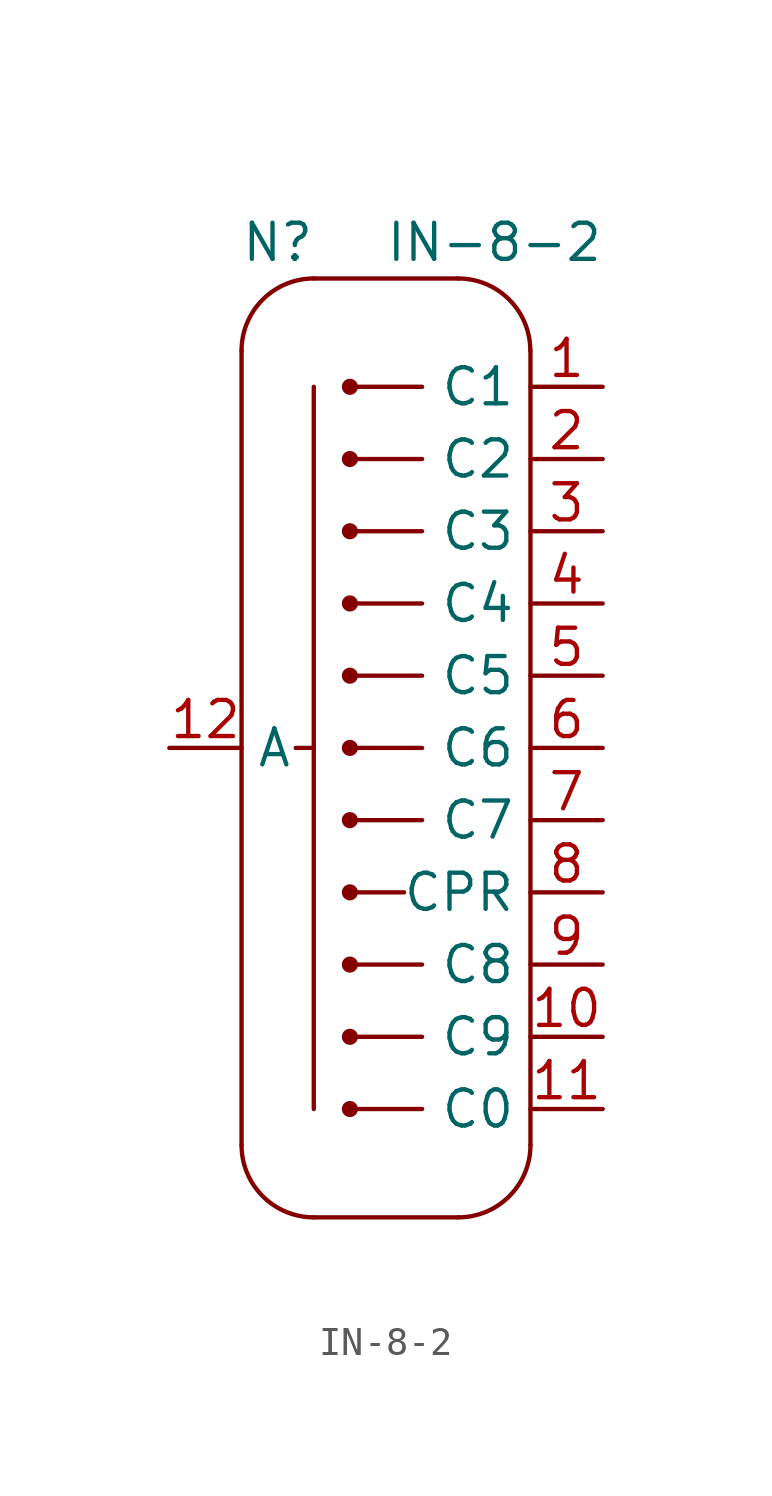
<source format=kicad_sym>
(kicad_symbol_lib
  (version 20220914)
  (generator kicad_symbol_editor)
  (symbol "IN-8-2"
    (property "Reference" "N"
      (at -3.81 17.78 0)
      (effects (font (size 1.27 1.27))))
    (property "Value" "IN-8-2"
      (at 3.81 17.78 0)
      (effects (font (size 1.27 1.27))))
    (symbol "IN-8-2_0_1"
      (arc (start -5.08 -13.97) (mid -4.3361 -15.7661) (end -2.54 -16.51) (stroke (width 0) (type default)) (fill (type none)))
      (arc (start -2.54 16.51) (mid -4.3361 15.7661) (end -5.08 13.97) (stroke (width 0) (type default)) (fill (type none)))
      (polyline (pts (xy -5.08 -13.97) (xy -5.08 13.97)) (stroke (width 0) (type default)) (fill (type none)))
      (polyline (pts (xy -2.54 -12.7) (xy -2.54 12.7)) (stroke (width 0) (type default)) (fill (type none)))
      (polyline (pts (xy -2.54 0) (xy -3.175 0)) (stroke (width 0) (type default)) (fill (type none)))
      (polyline (pts (xy -2.54 16.51) (xy 2.54 16.51)) (stroke (width 0) (type default)) (fill (type none)))
      (polyline (pts (xy 0.635 -5.08) (xy -1.27 -5.08)) (stroke (width 0) (type default)) (fill (type none)))
      (polyline (pts (xy 1.27 -12.7) (xy -1.27 -12.7)) (stroke (width 0) (type default)) (fill (type none)))
      (polyline (pts (xy 1.27 -10.16) (xy -1.27 -10.16)) (stroke (width 0) (type default)) (fill (type none)))
      (polyline (pts (xy 1.27 -7.62) (xy -1.27 -7.62)) (stroke (width 0) (type default)) (fill (type none)))
      (polyline (pts (xy 1.27 -2.54) (xy -1.27 -2.54)) (stroke (width 0) (type default)) (fill (type none)))
      (polyline (pts (xy 1.27 0) (xy -1.27 0)) (stroke (width 0) (type default)) (fill (type none)))
      (polyline (pts (xy 1.27 2.54) (xy -1.27 2.54)) (stroke (width 0) (type default)) (fill (type none)))
      (polyline (pts (xy 1.27 5.08) (xy -1.27 5.08)) (stroke (width 0) (type default)) (fill (type none)))
      (polyline (pts (xy 1.27 7.62) (xy -1.27 7.62)) (stroke (width 0) (type default)) (fill (type none)))
      (polyline (pts (xy 1.27 10.16) (xy -1.27 10.16)) (stroke (width 0) (type default)) (fill (type none)))
      (polyline (pts (xy 1.27 12.7) (xy -1.27 12.7)) (stroke (width 0) (type default)) (fill (type none)))
      (polyline (pts (xy 2.54 -16.51) (xy -2.54 -16.51)) (stroke (width 0) (type default)) (fill (type none)))
      (polyline (pts (xy 5.08 13.97) (xy 5.08 -13.97)) (stroke (width 0) (type default)) (fill (type none)))
      (arc (start 2.54 -16.51) (mid 4.3361 -15.7661) (end 5.08 -13.97) (stroke (width 0) (type default)) (fill (type none)))
      (arc (start 5.08 13.97) (mid 4.3361 15.7661) (end 2.54 16.51) (stroke (width 0) (type default)) (fill (type none))))
    (symbol "IN-8-2_1_1"
      (circle (center -1.27 -12.7) (radius 0.207) (stroke (width 0) (type default)) (fill (type outline)))
      (circle (center -1.27 -10.16) (radius 0.207) (stroke (width 0) (type default)) (fill (type outline)))
      (circle (center -1.27 -7.62) (radius 0.207) (stroke (width 0) (type default)) (fill (type outline)))
      (circle (center -1.27 -5.08) (radius 0.207) (stroke (width 0) (type default)) (fill (type outline)))
      (circle (center -1.27 -2.54) (radius 0.207) (stroke (width 0) (type default)) (fill (type outline)))
      (circle (center -1.27 0) (radius 0.207) (stroke (width 0) (type default)) (fill (type outline)))
      (circle (center -1.27 2.54) (radius 0.207) (stroke (width 0) (type default)) (fill (type outline)))
      (circle (center -1.27 5.08) (radius 0.207) (stroke (width 0) (type default)) (fill (type outline)))
      (circle (center -1.27 7.62) (radius 0.207) (stroke (width 0) (type default)) (fill (type outline)))
      (circle (center -1.27 10.16) (radius 0.207) (stroke (width 0) (type default)) (fill (type outline)))
      (circle (center -1.27 12.7) (radius 0.207) (stroke (width 0) (type default)) (fill (type outline)))
      (pin passive line (at 7.62 12.7 180) (length 2.54) (name "C1" (effects (font (size 1.27 1.27)))) (number "1" (effects (font (size 1.27 1.27)))))
      (pin passive line (at 7.62 -10.16 180) (length 2.54) (name "C9" (effects (font (size 1.27 1.27)))) (number "10" (effects (font (size 1.27 1.27)))))
      (pin passive line (at 7.62 -12.7 180) (length 2.54) (name "C0" (effects (font (size 1.27 1.27)))) (number "11" (effects (font (size 1.27 1.27)))))
      (pin passive line (at -7.62 0 0) (length 2.54) (name "A" (effects (font (size 1.27 1.27)))) (number "12" (effects (font (size 1.27 1.27)))))
      (pin passive line (at 7.62 10.16 180) (length 2.54) (name "C2" (effects (font (size 1.27 1.27)))) (number "2" (effects (font (size 1.27 1.27)))))
      (pin passive line (at 7.62 7.62 180) (length 2.54) (name "C3" (effects (font (size 1.27 1.27)))) (number "3" (effects (font (size 1.27 1.27)))))
      (pin passive line (at 7.62 5.08 180) (length 2.54) (name "C4" (effects (font (size 1.27 1.27)))) (number "4" (effects (font (size 1.27 1.27)))))
      (pin passive line (at 7.62 2.54 180) (length 2.54) (name "C5" (effects (font (size 1.27 1.27)))) (number "5" (effects (font (size 1.27 1.27)))))
      (pin passive line (at 7.62 0 180) (length 2.54) (name "C6" (effects (font (size 1.27 1.27)))) (number "6" (effects (font (size 1.27 1.27)))))
      (pin passive line (at 7.62 -2.54 180) (length 2.54) (name "C7" (effects (font (size 1.27 1.27)))) (number "7" (effects (font (size 1.27 1.27)))))
      (pin passive line (at 7.62 -5.08 180) (length 2.54) (name "CPR" (effects (font (size 1.27 1.27)))) (number "8" (effects (font (size 1.27 1.27)))))
      (pin passive line (at 7.62 -7.62 180) (length 2.54) (name "C8" (effects (font (size 1.27 1.27)))) (number "9" (effects (font (size 1.27 1.27))))))))
</source>
